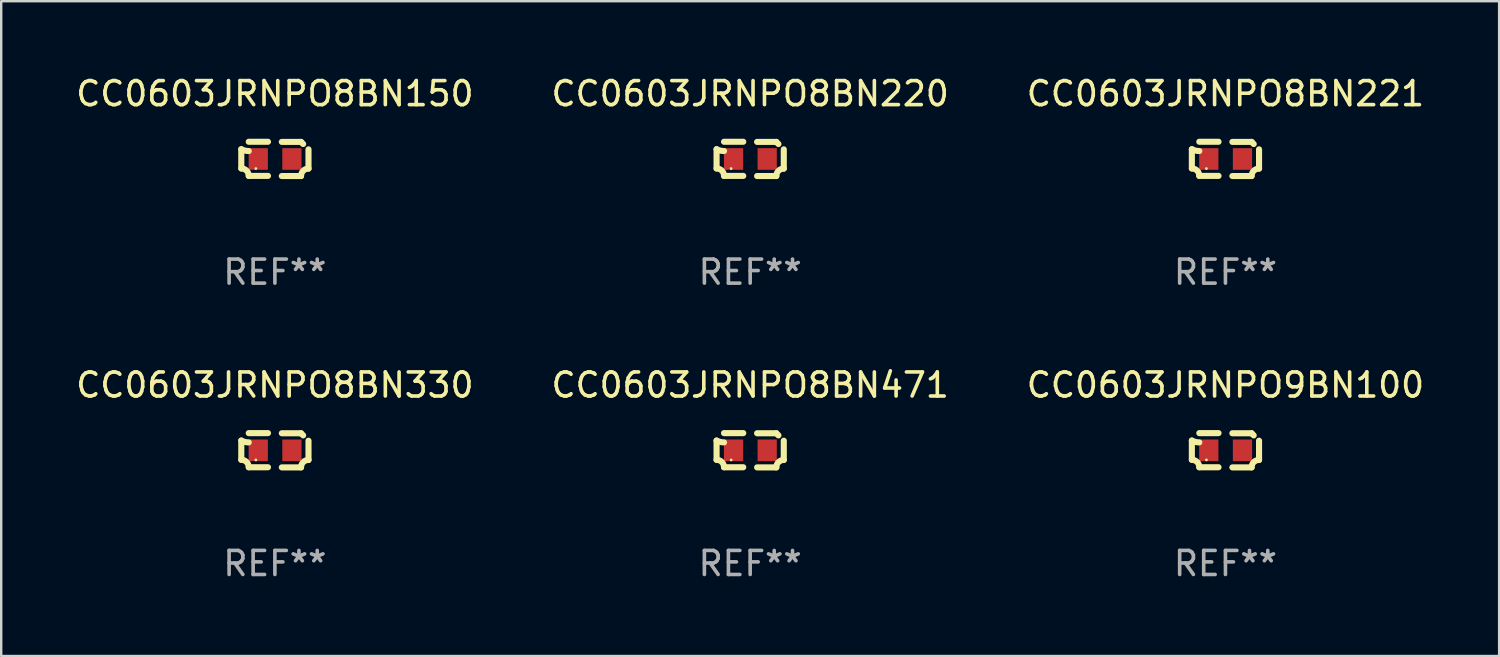
<source format=kicad_pcb>
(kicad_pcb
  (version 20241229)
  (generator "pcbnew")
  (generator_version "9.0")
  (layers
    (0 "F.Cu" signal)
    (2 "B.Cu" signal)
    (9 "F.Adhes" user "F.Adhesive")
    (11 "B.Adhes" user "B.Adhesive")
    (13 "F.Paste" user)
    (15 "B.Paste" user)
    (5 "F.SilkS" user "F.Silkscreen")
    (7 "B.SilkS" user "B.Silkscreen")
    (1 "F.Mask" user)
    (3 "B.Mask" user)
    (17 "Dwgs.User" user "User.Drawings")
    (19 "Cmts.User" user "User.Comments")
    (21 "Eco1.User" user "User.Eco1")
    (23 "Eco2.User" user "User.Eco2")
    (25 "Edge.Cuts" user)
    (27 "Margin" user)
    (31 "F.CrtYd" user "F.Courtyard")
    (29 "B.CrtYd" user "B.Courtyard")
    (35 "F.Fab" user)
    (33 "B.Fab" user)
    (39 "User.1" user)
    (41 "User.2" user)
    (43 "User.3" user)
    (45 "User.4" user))
  (footprint "CC0603JRNPO8BN220"
    (layer "F.Cu")
    (at 28.161 3.561)
    (property "Reference" "CC0603JRNPO8BN220" (at 0 -2.713 0) (layer "F.SilkS") (effects (font (size 1 1) (thickness 0.15))))
    (attr through_hole)
    (fp_line (start -1.398 -0.403) (end -1.398 0.397) (stroke (width 0.254) (type solid)) (layer "F.SilkS"))
    (fp_line (start -0.288 -0.713) (end -1.088 -0.713) (stroke (width 0.254) (type solid)) (layer "F.SilkS"))
    (fp_line (start -0.288 0.707) (end -1.088 0.707) (stroke (width 0.254) (type solid)) (layer "F.SilkS"))
    (fp_line (start 0.288 -0.707) (end 1.088 -0.707) (stroke (width 0.254) (type solid)) (layer "F.SilkS"))
    (fp_line (start 0.288 0.713) (end 1.088 0.713) (stroke (width 0.254) (type solid)) (layer "F.SilkS"))
    (fp_line (start 1.398 -0.397) (end 1.398 0.403) (stroke (width 0.254) (type solid)) (layer "F.SilkS"))
    (fp_arc (start -1.397789 0.397066) (mid -1.178701 0.487826) (end -1.08796 0.706922) (stroke (width 0.254001) (type solid)) (layer "F.SilkS"))
    (fp_arc (start -1.08796 -0.327176) (mid -1.247436 -0.346384) (end -1.39779 -0.402908) (stroke (width 0.254001) (type solid)) (layer "F.SilkS"))
    (fp_arc (start 1.087909 0.712738) (mid 1.178656 0.493655) (end 1.397739 0.402908) (stroke (width 0.254001) (type solid)) (layer "F.SilkS"))
    (fp_arc (start 1.175925 -0.618926) (mid 1.131917 -0.662923) (end 1.08791 -0.706922) (stroke (width 0.254001) (type solid)) (layer "F.SilkS"))
    (fp_circle (center -0.792 0.403) (end -0.762 0.403) (stroke (width 0.06) (type solid)) (fill no) (layer "F.SilkS"))
    (fp_text user "REF**" (at 0 4.713 0) (layer "F.Fab") (effects (font (size 1 1) (thickness 0.15))))
    (pad "1" smd rect (at -0.692 0.003) (size 0.8 0.9) (layers "F.Cu" "F.Mask" "F.Paste"))
    (pad "2" smd rect (at 0.708 0.003) (size 0.8 0.9) (layers "F.Cu" "F.Mask" "F.Paste")))
  (footprint "CC0603JRNPO8BN150"
    (layer "F.Cu")
    (at 8.387 3.561)
    (property "Reference" "CC0603JRNPO8BN150" (at 0 -2.713 0) (layer "F.SilkS") (effects (font (size 1 1) (thickness 0.15))))
    (attr through_hole)
    (fp_line (start -1.398 -0.403) (end -1.398 0.397) (stroke (width 0.254) (type solid)) (layer "F.SilkS"))
    (fp_line (start -0.288 -0.713) (end -1.088 -0.713) (stroke (width 0.254) (type solid)) (layer "F.SilkS"))
    (fp_line (start -0.288 0.707) (end -1.088 0.707) (stroke (width 0.254) (type solid)) (layer "F.SilkS"))
    (fp_line (start 0.288 -0.707) (end 1.088 -0.707) (stroke (width 0.254) (type solid)) (layer "F.SilkS"))
    (fp_line (start 0.288 0.713) (end 1.088 0.713) (stroke (width 0.254) (type solid)) (layer "F.SilkS"))
    (fp_line (start 1.398 -0.397) (end 1.398 0.403) (stroke (width 0.254) (type solid)) (layer "F.SilkS"))
    (fp_arc (start -1.397789 0.397066) (mid -1.178701 0.487826) (end -1.08796 0.706922) (stroke (width 0.254001) (type solid)) (layer "F.SilkS"))
    (fp_arc (start -1.08796 -0.327176) (mid -1.247436 -0.346384) (end -1.39779 -0.402908) (stroke (width 0.254001) (type solid)) (layer "F.SilkS"))
    (fp_arc (start 1.087909 0.712738) (mid 1.178656 0.493655) (end 1.397739 0.402908) (stroke (width 0.254001) (type solid)) (layer "F.SilkS"))
    (fp_arc (start 1.175925 -0.618926) (mid 1.131917 -0.662923) (end 1.08791 -0.706922) (stroke (width 0.254001) (type solid)) (layer "F.SilkS"))
    (fp_circle (center -0.792 0.403) (end -0.762 0.403) (stroke (width 0.06) (type solid)) (fill no) (layer "F.SilkS"))
    (fp_text user "REF**" (at 0 4.713 0) (layer "F.Fab") (effects (font (size 1 1) (thickness 0.15))))
    (pad "1" smd rect (at -0.692 0.003) (size 0.8 0.9) (layers "F.Cu" "F.Mask" "F.Paste"))
    (pad "2" smd rect (at 0.708 0.003) (size 0.8 0.9) (layers "F.Cu" "F.Mask" "F.Paste")))
  (footprint "CC0603JRNPO8BN330"
    (layer "F.Cu")
    (at 8.387 15.683)
    (property "Reference" "CC0603JRNPO8BN330" (at 0 -2.713 0) (layer "F.SilkS") (effects (font (size 1 1) (thickness 0.15))))
    (attr through_hole)
    (fp_line (start -1.398 -0.403) (end -1.398 0.397) (stroke (width 0.254) (type solid)) (layer "F.SilkS"))
    (fp_line (start -0.288 -0.713) (end -1.088 -0.713) (stroke (width 0.254) (type solid)) (layer "F.SilkS"))
    (fp_line (start -0.288 0.707) (end -1.088 0.707) (stroke (width 0.254) (type solid)) (layer "F.SilkS"))
    (fp_line (start 0.288 -0.707) (end 1.088 -0.707) (stroke (width 0.254) (type solid)) (layer "F.SilkS"))
    (fp_line (start 0.288 0.713) (end 1.088 0.713) (stroke (width 0.254) (type solid)) (layer "F.SilkS"))
    (fp_line (start 1.398 -0.397) (end 1.398 0.403) (stroke (width 0.254) (type solid)) (layer "F.SilkS"))
    (fp_arc (start -1.397789 0.397066) (mid -1.178701 0.487826) (end -1.08796 0.706922) (stroke (width 0.254001) (type solid)) (layer "F.SilkS"))
    (fp_arc (start -1.08796 -0.327176) (mid -1.247436 -0.346384) (end -1.39779 -0.402908) (stroke (width 0.254001) (type solid)) (layer "F.SilkS"))
    (fp_arc (start 1.087909 0.712738) (mid 1.178656 0.493655) (end 1.397739 0.402908) (stroke (width 0.254001) (type solid)) (layer "F.SilkS"))
    (fp_arc (start 1.175925 -0.618926) (mid 1.131917 -0.662923) (end 1.08791 -0.706922) (stroke (width 0.254001) (type solid)) (layer "F.SilkS"))
    (fp_circle (center -0.792 0.403) (end -0.762 0.403) (stroke (width 0.06) (type solid)) (fill no) (layer "F.SilkS"))
    (fp_text user "REF**" (at 0 4.713 0) (layer "F.Fab") (effects (font (size 1 1) (thickness 0.15))))
    (pad "1" smd rect (at -0.692 0.003) (size 0.8 0.9) (layers "F.Cu" "F.Mask" "F.Paste"))
    (pad "2" smd rect (at 0.708 0.003) (size 0.8 0.9) (layers "F.Cu" "F.Mask" "F.Paste")))
  (footprint "CC0603JRNPO8BN221"
    (layer "F.Cu")
    (at 47.935 3.561)
    (property "Reference" "CC0603JRNPO8BN221" (at 0 -2.713 0) (layer "F.SilkS") (effects (font (size 1 1) (thickness 0.15))))
    (attr through_hole)
    (fp_line (start -1.398 -0.403) (end -1.398 0.397) (stroke (width 0.254) (type solid)) (layer "F.SilkS"))
    (fp_line (start -0.288 -0.713) (end -1.088 -0.713) (stroke (width 0.254) (type solid)) (layer "F.SilkS"))
    (fp_line (start -0.288 0.707) (end -1.088 0.707) (stroke (width 0.254) (type solid)) (layer "F.SilkS"))
    (fp_line (start 0.288 -0.707) (end 1.088 -0.707) (stroke (width 0.254) (type solid)) (layer "F.SilkS"))
    (fp_line (start 0.288 0.713) (end 1.088 0.713) (stroke (width 0.254) (type solid)) (layer "F.SilkS"))
    (fp_line (start 1.398 -0.397) (end 1.398 0.403) (stroke (width 0.254) (type solid)) (layer "F.SilkS"))
    (fp_arc (start -1.397789 0.397066) (mid -1.178701 0.487826) (end -1.08796 0.706922) (stroke (width 0.254001) (type solid)) (layer "F.SilkS"))
    (fp_arc (start -1.08796 -0.327176) (mid -1.247436 -0.346384) (end -1.39779 -0.402908) (stroke (width 0.254001) (type solid)) (layer "F.SilkS"))
    (fp_arc (start 1.087909 0.712738) (mid 1.178656 0.493655) (end 1.397739 0.402908) (stroke (width 0.254001) (type solid)) (layer "F.SilkS"))
    (fp_arc (start 1.175925 -0.618926) (mid 1.131917 -0.662923) (end 1.08791 -0.706922) (stroke (width 0.254001) (type solid)) (layer "F.SilkS"))
    (fp_circle (center -0.792 0.403) (end -0.762 0.403) (stroke (width 0.06) (type solid)) (fill no) (layer "F.SilkS"))
    (fp_text user "REF**" (at 0 4.713 0) (layer "F.Fab") (effects (font (size 1 1) (thickness 0.15))))
    (pad "1" smd rect (at -0.692 0.003) (size 0.8 0.9) (layers "F.Cu" "F.Mask" "F.Paste"))
    (pad "2" smd rect (at 0.708 0.003) (size 0.8 0.9) (layers "F.Cu" "F.Mask" "F.Paste")))
  (footprint "CC0603JRNPO9BN100"
    (layer "F.Cu")
    (at 47.935 15.683)
    (property "Reference" "CC0603JRNPO9BN100" (at 0 -2.713 0) (layer "F.SilkS") (effects (font (size 1 1) (thickness 0.15))))
    (attr through_hole)
    (fp_line (start -1.398 -0.403) (end -1.398 0.397) (stroke (width 0.254) (type solid)) (layer "F.SilkS"))
    (fp_line (start -0.288 -0.713) (end -1.088 -0.713) (stroke (width 0.254) (type solid)) (layer "F.SilkS"))
    (fp_line (start -0.288 0.707) (end -1.088 0.707) (stroke (width 0.254) (type solid)) (layer "F.SilkS"))
    (fp_line (start 0.288 -0.707) (end 1.088 -0.707) (stroke (width 0.254) (type solid)) (layer "F.SilkS"))
    (fp_line (start 0.288 0.713) (end 1.088 0.713) (stroke (width 0.254) (type solid)) (layer "F.SilkS"))
    (fp_line (start 1.398 -0.397) (end 1.398 0.403) (stroke (width 0.254) (type solid)) (layer "F.SilkS"))
    (fp_arc (start -1.397789 0.397066) (mid -1.178701 0.487826) (end -1.08796 0.706922) (stroke (width 0.254001) (type solid)) (layer "F.SilkS"))
    (fp_arc (start -1.08796 -0.327176) (mid -1.247436 -0.346384) (end -1.39779 -0.402908) (stroke (width 0.254001) (type solid)) (layer "F.SilkS"))
    (fp_arc (start 1.087909 0.712738) (mid 1.178656 0.493655) (end 1.397739 0.402908) (stroke (width 0.254001) (type solid)) (layer "F.SilkS"))
    (fp_arc (start 1.175925 -0.618926) (mid 1.131917 -0.662923) (end 1.08791 -0.706922) (stroke (width 0.254001) (type solid)) (layer "F.SilkS"))
    (fp_circle (center -0.792 0.403) (end -0.762 0.403) (stroke (width 0.06) (type solid)) (fill no) (layer "F.SilkS"))
    (fp_text user "REF**" (at 0 4.713 0) (layer "F.Fab") (effects (font (size 1 1) (thickness 0.15))))
    (pad "1" smd rect (at -0.692 0.003) (size 0.8 0.9) (layers "F.Cu" "F.Mask" "F.Paste"))
    (pad "2" smd rect (at 0.708 0.003) (size 0.8 0.9) (layers "F.Cu" "F.Mask" "F.Paste")))
  (footprint "CC0603JRNPO8BN471"
    (layer "F.Cu")
    (at 28.161 15.683)
    (property "Reference" "CC0603JRNPO8BN471" (at 0 -2.713 0) (layer "F.SilkS") (effects (font (size 1 1) (thickness 0.15))))
    (attr through_hole)
    (fp_line (start -1.398 -0.403) (end -1.398 0.397) (stroke (width 0.254) (type solid)) (layer "F.SilkS"))
    (fp_line (start -0.288 -0.713) (end -1.088 -0.713) (stroke (width 0.254) (type solid)) (layer "F.SilkS"))
    (fp_line (start -0.288 0.707) (end -1.088 0.707) (stroke (width 0.254) (type solid)) (layer "F.SilkS"))
    (fp_line (start 0.288 -0.707) (end 1.088 -0.707) (stroke (width 0.254) (type solid)) (layer "F.SilkS"))
    (fp_line (start 0.288 0.713) (end 1.088 0.713) (stroke (width 0.254) (type solid)) (layer "F.SilkS"))
    (fp_line (start 1.398 -0.397) (end 1.398 0.403) (stroke (width 0.254) (type solid)) (layer "F.SilkS"))
    (fp_arc (start -1.397789 0.397066) (mid -1.178701 0.487826) (end -1.08796 0.706922) (stroke (width 0.254001) (type solid)) (layer "F.SilkS"))
    (fp_arc (start -1.08796 -0.327176) (mid -1.247436 -0.346384) (end -1.39779 -0.402908) (stroke (width 0.254001) (type solid)) (layer "F.SilkS"))
    (fp_arc (start 1.087909 0.712738) (mid 1.178656 0.493655) (end 1.397739 0.402908) (stroke (width 0.254001) (type solid)) (layer "F.SilkS"))
    (fp_arc (start 1.175925 -0.618926) (mid 1.131917 -0.662923) (end 1.08791 -0.706922) (stroke (width 0.254001) (type solid)) (layer "F.SilkS"))
    (fp_circle (center -0.792 0.403) (end -0.762 0.403) (stroke (width 0.06) (type solid)) (fill no) (layer "F.SilkS"))
    (fp_text user "REF**" (at 0 4.713 0) (layer "F.Fab") (effects (font (size 1 1) (thickness 0.15))))
    (pad "1" smd rect (at -0.692 0.003) (size 0.8 0.9) (layers "F.Cu" "F.Mask" "F.Paste"))
    (pad "2" smd rect (at 0.708 0.003) (size 0.8 0.9) (layers "F.Cu" "F.Mask" "F.Paste")))
  (gr_rect
    (start -3 -3)
    (end 59.321 24.244)
    (stroke (width 0.1) (type default))
    (fill no)
    (layer "Edge.Cuts")))
</source>
